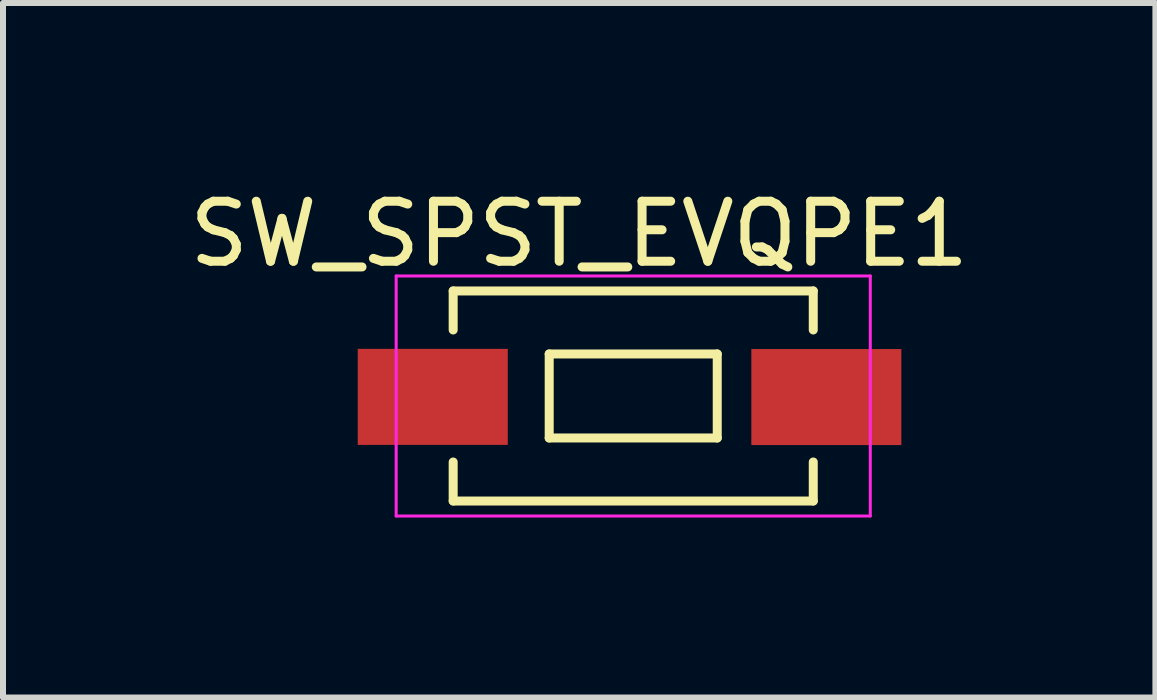
<source format=kicad_pcb>
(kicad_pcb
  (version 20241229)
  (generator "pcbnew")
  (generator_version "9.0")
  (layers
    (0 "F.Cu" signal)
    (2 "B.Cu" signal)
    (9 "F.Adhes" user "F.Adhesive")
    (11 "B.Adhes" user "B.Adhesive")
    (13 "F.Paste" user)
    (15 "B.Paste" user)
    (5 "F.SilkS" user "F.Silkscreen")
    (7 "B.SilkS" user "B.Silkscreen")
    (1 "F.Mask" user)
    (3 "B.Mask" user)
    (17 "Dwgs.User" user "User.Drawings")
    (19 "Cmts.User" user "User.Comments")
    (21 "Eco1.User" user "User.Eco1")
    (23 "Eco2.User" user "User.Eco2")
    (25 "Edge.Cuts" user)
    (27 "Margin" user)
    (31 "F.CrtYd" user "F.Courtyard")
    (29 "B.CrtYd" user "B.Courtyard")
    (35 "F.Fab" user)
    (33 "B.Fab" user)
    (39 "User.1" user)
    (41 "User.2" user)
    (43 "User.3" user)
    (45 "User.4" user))
  (footprint "SW_SPST_EVQPE1"
    (layer "F.Cu")
    (at 7.501 3.548)
    (property "Reference" "SW_SPST_EVQPE1" (at -0.9 -2.7 0) (layer "F.SilkS") (effects (font (size 1 1) (thickness 0.15))))
    (attr smd)
    (fp_line (start -3 -1.75) (end -3 -1.1) (stroke (width 0.15) (type solid)) (layer "F.SilkS"))
    (fp_line (start -3 1.1) (end -3 1.75) (stroke (width 0.15) (type solid)) (layer "F.SilkS"))
    (fp_line (start -3 1.75) (end 3 1.75) (stroke (width 0.15) (type solid)) (layer "F.SilkS"))
    (fp_line (start -1.4 -0.7) (end 1.4 -0.7) (stroke (width 0.15) (type solid)) (layer "F.SilkS"))
    (fp_line (start -1.4 0.7) (end -1.4 -0.7) (stroke (width 0.15) (type solid)) (layer "F.SilkS"))
    (fp_line (start 1.4 -0.7) (end 1.4 0.7) (stroke (width 0.15) (type solid)) (layer "F.SilkS"))
    (fp_line (start 1.4 0.7) (end -1.4 0.7) (stroke (width 0.15) (type solid)) (layer "F.SilkS"))
    (fp_line (start 3 -1.75) (end -3 -1.75) (stroke (width 0.15) (type solid)) (layer "F.SilkS"))
    (fp_line (start 3 -1.75) (end 3 -1.1) (stroke (width 0.15) (type solid)) (layer "F.SilkS"))
    (fp_line (start 3 1.75) (end 3 1.1) (stroke (width 0.15) (type solid)) (layer "F.SilkS"))
    (fp_line (start -3.95 -2) (end 3.95 -2) (stroke (width 0.05) (type solid)) (layer "F.CrtYd"))
    (fp_line (start -3.95 2) (end -3.95 -2) (stroke (width 0.05) (type solid)) (layer "F.CrtYd"))
    (fp_line (start 3.95 -2) (end 3.95 2) (stroke (width 0.05) (type solid)) (layer "F.CrtYd"))
    (fp_line (start 3.95 2) (end -3.95 2) (stroke (width 0.05) (type solid)) (layer "F.CrtYd"))
    (pad "1" smd rect (at -3.34 0.015) (size 2.5 1.6) (layers "F.Cu" "F.Mask"))
    (pad "2" smd rect (at 3.218 0.018) (size 2.5 1.6) (layers "F.Cu" "F.Mask")))
  (gr_rect
    (start -3 -3)
    (end 16.202 8.573)
    (stroke (width 0.1) (type default))
    (fill no)
    (layer "Edge.Cuts")))
</source>
